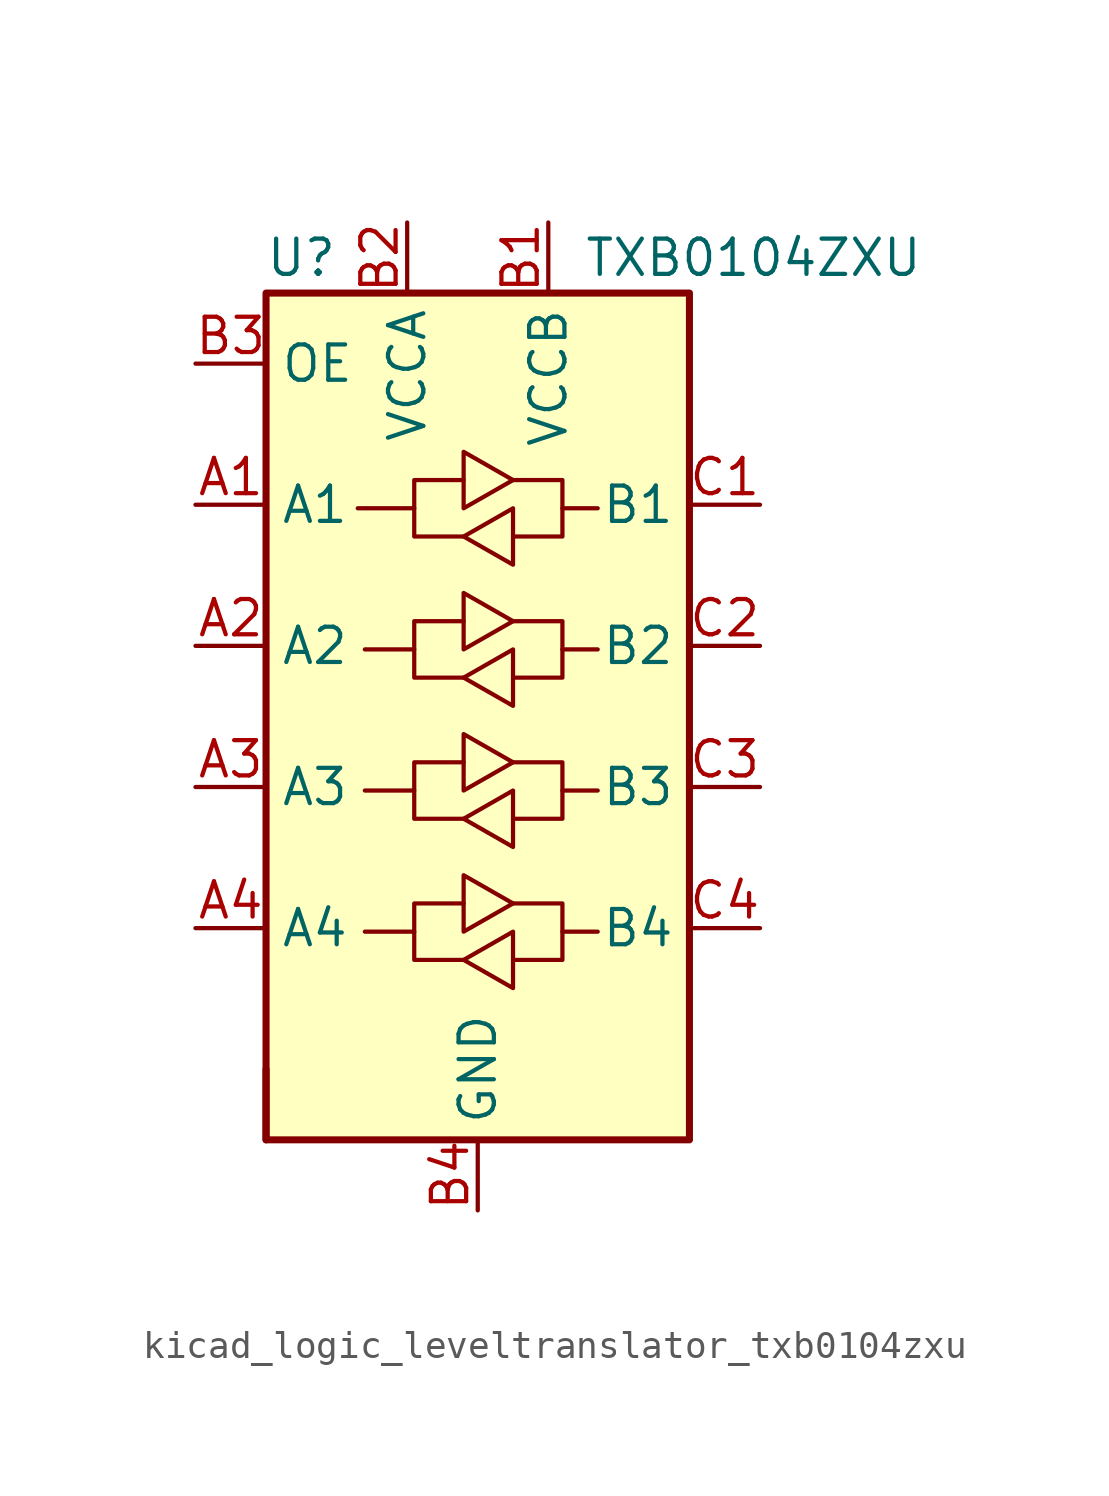
<source format=kicad_sym>
(kicad_symbol_lib
  (version 20220914)
  (generator kicad_symbol_editor)
  (symbol "kicad_logic_leveltranslator_txb0104zxu"
    (property "Reference" "U"
      (at -6.35 16.51 0)
      (effects (font (size 1.27 1.27))))
    (property "Value" "TXB0104ZXU"
      (at 3.81 16.51 0)
      (effects (font (size 1.27 1.27)) (justify left)))
    (symbol "kicad_logic_leveltranslator_txb0104zxu_0_1"
      (rectangle (start -7.62 -15.24) (end -7.62 -12.7) (stroke (width 0.254) (type default)) (fill (type none)))
      (rectangle (start -7.62 15.24) (end 7.62 -15.24) (stroke (width 0.254) (type default)) (fill (type background)))
      (polyline (pts (xy -2.286 -7.747) (xy -2.286 -6.731) (xy -0.508 -6.731)) (stroke (width 0) (type default)) (fill (type none)))
      (polyline (pts (xy -2.286 -2.667) (xy -2.286 -1.651) (xy -0.508 -1.651)) (stroke (width 0) (type default)) (fill (type none)))
      (polyline (pts (xy -2.286 2.413) (xy -2.286 3.429) (xy -0.508 3.429)) (stroke (width 0) (type default)) (fill (type none)))
      (polyline (pts (xy -2.286 7.493) (xy -2.286 8.509) (xy -0.508 8.509)) (stroke (width 0) (type default)) (fill (type none)))
      (polyline (pts (xy 3.048 -7.747) (xy 3.048 -8.763) (xy 1.27 -8.763)) (stroke (width 0) (type default)) (fill (type none)))
      (polyline (pts (xy 3.048 -2.667) (xy 3.048 -3.683) (xy 1.27 -3.683)) (stroke (width 0) (type default)) (fill (type none)))
      (polyline (pts (xy 3.048 2.413) (xy 3.048 1.397) (xy 1.27 1.397)) (stroke (width 0) (type default)) (fill (type none)))
      (polyline (pts (xy 3.048 7.493) (xy 3.048 6.477) (xy 1.27 6.477)) (stroke (width 0) (type default)) (fill (type none)))
      (polyline (pts (xy -0.508 -8.763) (xy -2.286 -8.763) (xy -2.286 -7.747) (xy -4.064 -7.747)) (stroke (width 0) (type default)) (fill (type none)))
      (polyline (pts (xy -0.508 -8.763) (xy 1.27 -7.747) (xy 1.27 -9.779) (xy -0.508 -8.763)) (stroke (width 0) (type default)) (fill (type none)))
      (polyline (pts (xy -0.508 -3.683) (xy -2.286 -3.683) (xy -2.286 -2.667) (xy -4.064 -2.667)) (stroke (width 0) (type default)) (fill (type none)))
      (polyline (pts (xy -0.508 -3.683) (xy 1.27 -2.667) (xy 1.27 -4.699) (xy -0.508 -3.683)) (stroke (width 0) (type default)) (fill (type none)))
      (polyline (pts (xy -0.508 1.397) (xy -2.286 1.397) (xy -2.286 2.413) (xy -4.064 2.413)) (stroke (width 0) (type default)) (fill (type none)))
      (polyline (pts (xy -0.508 1.397) (xy 1.27 2.413) (xy 1.27 0.381) (xy -0.508 1.397)) (stroke (width 0) (type default)) (fill (type none)))
      (polyline (pts (xy -0.508 6.477) (xy -2.286 6.477) (xy -2.286 7.493) (xy -4.318 7.493)) (stroke (width 0) (type default)) (fill (type none)))
      (polyline (pts (xy -0.508 6.477) (xy 1.27 7.493) (xy 1.27 5.461) (xy -0.508 6.477)) (stroke (width 0) (type default)) (fill (type none)))
      (polyline (pts (xy 1.27 -6.731) (xy -0.508 -7.747) (xy -0.508 -5.715) (xy 1.27 -6.731)) (stroke (width 0) (type default)) (fill (type none)))
      (polyline (pts (xy 1.27 -6.731) (xy 3.048 -6.731) (xy 3.048 -7.747) (xy 4.318 -7.747)) (stroke (width 0) (type default)) (fill (type none)))
      (polyline (pts (xy 1.27 -1.651) (xy -0.508 -2.667) (xy -0.508 -0.635) (xy 1.27 -1.651)) (stroke (width 0) (type default)) (fill (type none)))
      (polyline (pts (xy 1.27 -1.651) (xy 3.048 -1.651) (xy 3.048 -2.667) (xy 4.318 -2.667)) (stroke (width 0) (type default)) (fill (type none)))
      (polyline (pts (xy 1.27 3.429) (xy -0.508 2.413) (xy -0.508 4.445) (xy 1.27 3.429)) (stroke (width 0) (type default)) (fill (type none)))
      (polyline (pts (xy 1.27 3.429) (xy 3.048 3.429) (xy 3.048 2.413) (xy 4.318 2.413)) (stroke (width 0) (type default)) (fill (type none)))
      (polyline (pts (xy 1.27 8.509) (xy -0.508 7.493) (xy -0.508 9.525) (xy 1.27 8.509)) (stroke (width 0) (type default)) (fill (type none)))
      (polyline (pts (xy 1.27 8.509) (xy 3.048 8.509) (xy 3.048 7.493) (xy 4.318 7.493)) (stroke (width 0) (type default)) (fill (type none))))
    (symbol "kicad_logic_leveltranslator_txb0104zxu_1_1"
      (pin bidirectional line (at -10.16 7.62 0) (length 2.54) (name "A1" (effects (font (size 1.27 1.27)))) (number "A1" (effects (font (size 1.27 1.27)))))
      (pin bidirectional line (at -10.16 2.54 0) (length 2.54) (name "A2" (effects (font (size 1.27 1.27)))) (number "A2" (effects (font (size 1.27 1.27)))))
      (pin bidirectional line (at -10.16 -2.54 0) (length 2.54) (name "A3" (effects (font (size 1.27 1.27)))) (number "A3" (effects (font (size 1.27 1.27)))))
      (pin bidirectional line (at -10.16 -7.62 0) (length 2.54) (name "A4" (effects (font (size 1.27 1.27)))) (number "A4" (effects (font (size 1.27 1.27)))))
      (pin power_in line (at 2.54 17.78 270) (length 2.54) (name "VCCB" (effects (font (size 1.27 1.27)))) (number "B1" (effects (font (size 1.27 1.27)))))
      (pin power_in line (at -2.54 17.78 270) (length 2.54) (name "VCCA" (effects (font (size 1.27 1.27)))) (number "B2" (effects (font (size 1.27 1.27)))))
      (pin input line (at -10.16 12.7 0) (length 2.54) (name "OE" (effects (font (size 1.27 1.27)))) (number "B3" (effects (font (size 1.27 1.27)))))
      (pin power_in line (at 0 -17.78 90) (length 2.54) (name "GND" (effects (font (size 1.27 1.27)))) (number "B4" (effects (font (size 1.27 1.27)))))
      (pin bidirectional line (at 10.16 7.62 180) (length 2.54) (name "B1" (effects (font (size 1.27 1.27)))) (number "C1" (effects (font (size 1.27 1.27)))))
      (pin bidirectional line (at 10.16 2.54 180) (length 2.54) (name "B2" (effects (font (size 1.27 1.27)))) (number "C2" (effects (font (size 1.27 1.27)))))
      (pin bidirectional line (at 10.16 -2.54 180) (length 2.54) (name "B3" (effects (font (size 1.27 1.27)))) (number "C3" (effects (font (size 1.27 1.27)))))
      (pin bidirectional line (at 10.16 -7.62 180) (length 2.54) (name "B4" (effects (font (size 1.27 1.27)))) (number "C4" (effects (font (size 1.27 1.27))))))))
</source>
